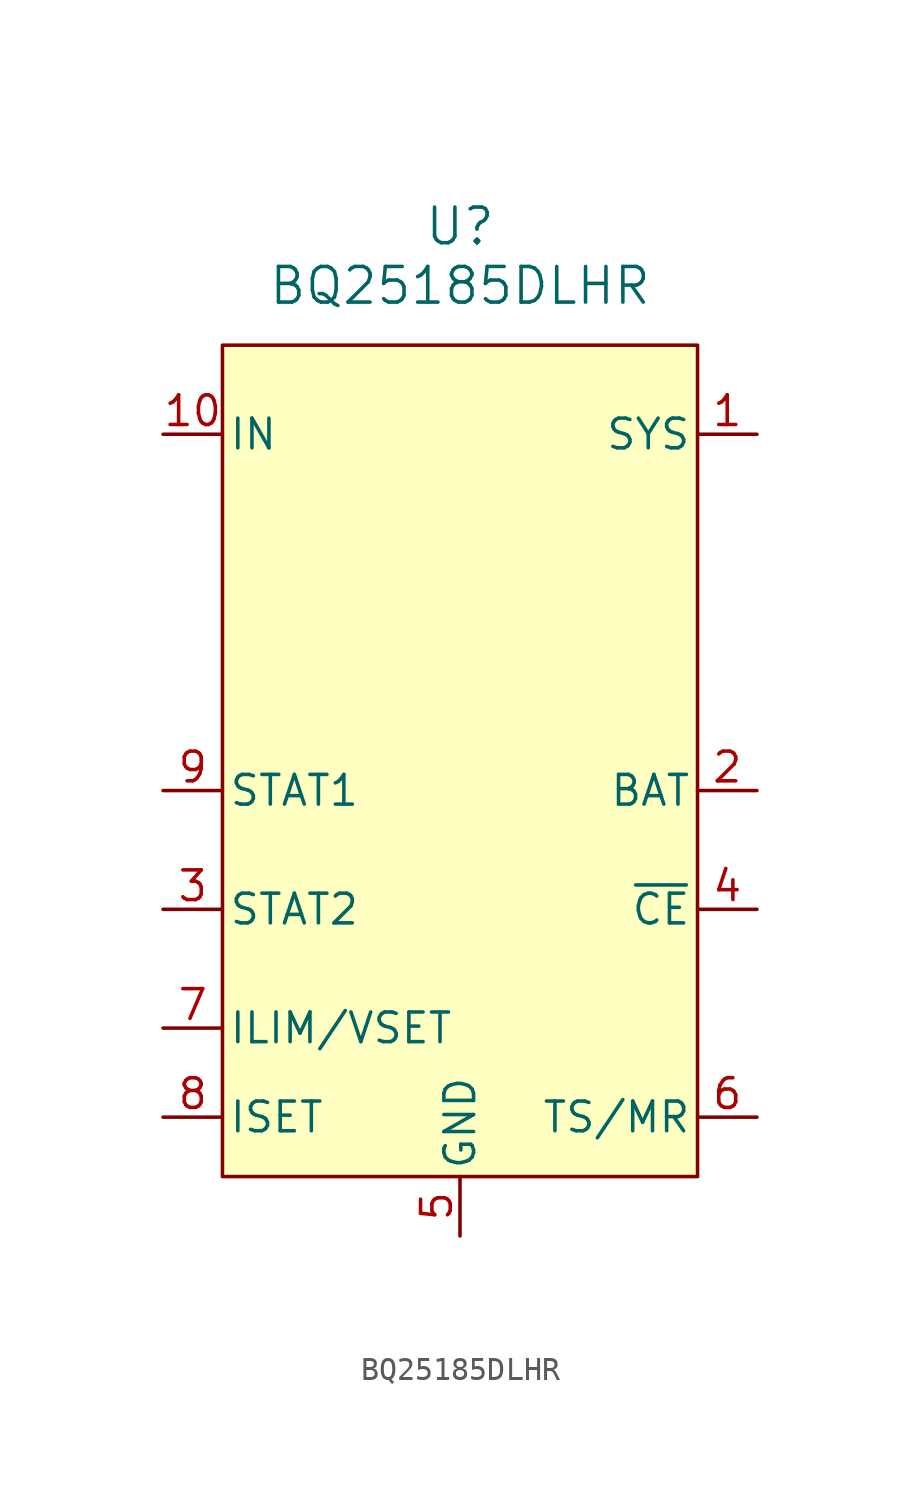
<source format=kicad_sym>
(kicad_symbol_lib
  (version 20241209)
  (generator "kicad_symbol_editor")
  (generator_version "9.0")
  (symbol "BQ25185DLHR"
    (pin_names
      (offset 0.254))
    (property "Reference" "U"
      (at 0 16.51 0)
      (effects (font (size 1.524 1.524))))
    (property "Value" "BQ25185DLHR"
      (at 0 13.97 0)
      (effects (font (size 1.524 1.524))))
    (property "ki_locked" ""
      (at 0 0 0)
      (effects (font (size 1.27 1.27))))
    (symbol "BQ25185DLHR_1_1"
      (rectangle (start -10.16 11.43) (end 10.16 -24.13) (stroke (width 0) (type solid)) (fill (type background)))
      (pin input line (at -12.7 7.62 0) (length 2.54) (name "IN" (effects (font (size 1.27 1.27)))) (number "10" (effects (font (size 1.27 1.27)))))
      (pin output line (at -12.7 -7.62 0) (length 2.54) (name "STAT1" (effects (font (size 1.27 1.27)))) (number "9" (effects (font (size 1.27 1.27)))))
      (pin output line (at -12.7 -12.7 0) (length 2.54) (name "STAT2" (effects (font (size 1.27 1.27)))) (number "3" (effects (font (size 1.27 1.27)))))
      (pin bidirectional line (at -12.7 -17.78 0) (length 2.54) (name "ILIM/VSET" (effects (font (size 1.27 1.27)))) (number "7" (effects (font (size 1.27 1.27)))))
      (pin bidirectional line (at -12.7 -21.59 0) (length 2.54) (name "ISET" (effects (font (size 1.27 1.27)))) (number "8" (effects (font (size 1.27 1.27)))))
      (pin power_out line (at 0 -26.67 90) (length 2.54) (name "GND" (effects (font (size 1.27 1.27)))) (number "5" (effects (font (size 1.27 1.27)))))
      (pin power_in line (at 12.7 7.62 180) (length 2.54) (name "SYS" (effects (font (size 1.27 1.27)))) (number "1" (effects (font (size 1.27 1.27)))))
      (pin power_in line (at 12.7 -7.62 180) (length 2.54) (name "BAT" (effects (font (size 1.27 1.27)))) (number "2" (effects (font (size 1.27 1.27)))))
      (pin input line (at 12.7 -12.7 180) (length 2.54) (name "~{CE}" (effects (font (size 1.27 1.27)))) (number "4" (effects (font (size 1.27 1.27)))))
      (pin bidirectional line (at 12.7 -21.59 180) (length 2.54) (name "TS/MR" (effects (font (size 1.27 1.27)))) (number "6" (effects (font (size 1.27 1.27))))))))
</source>
